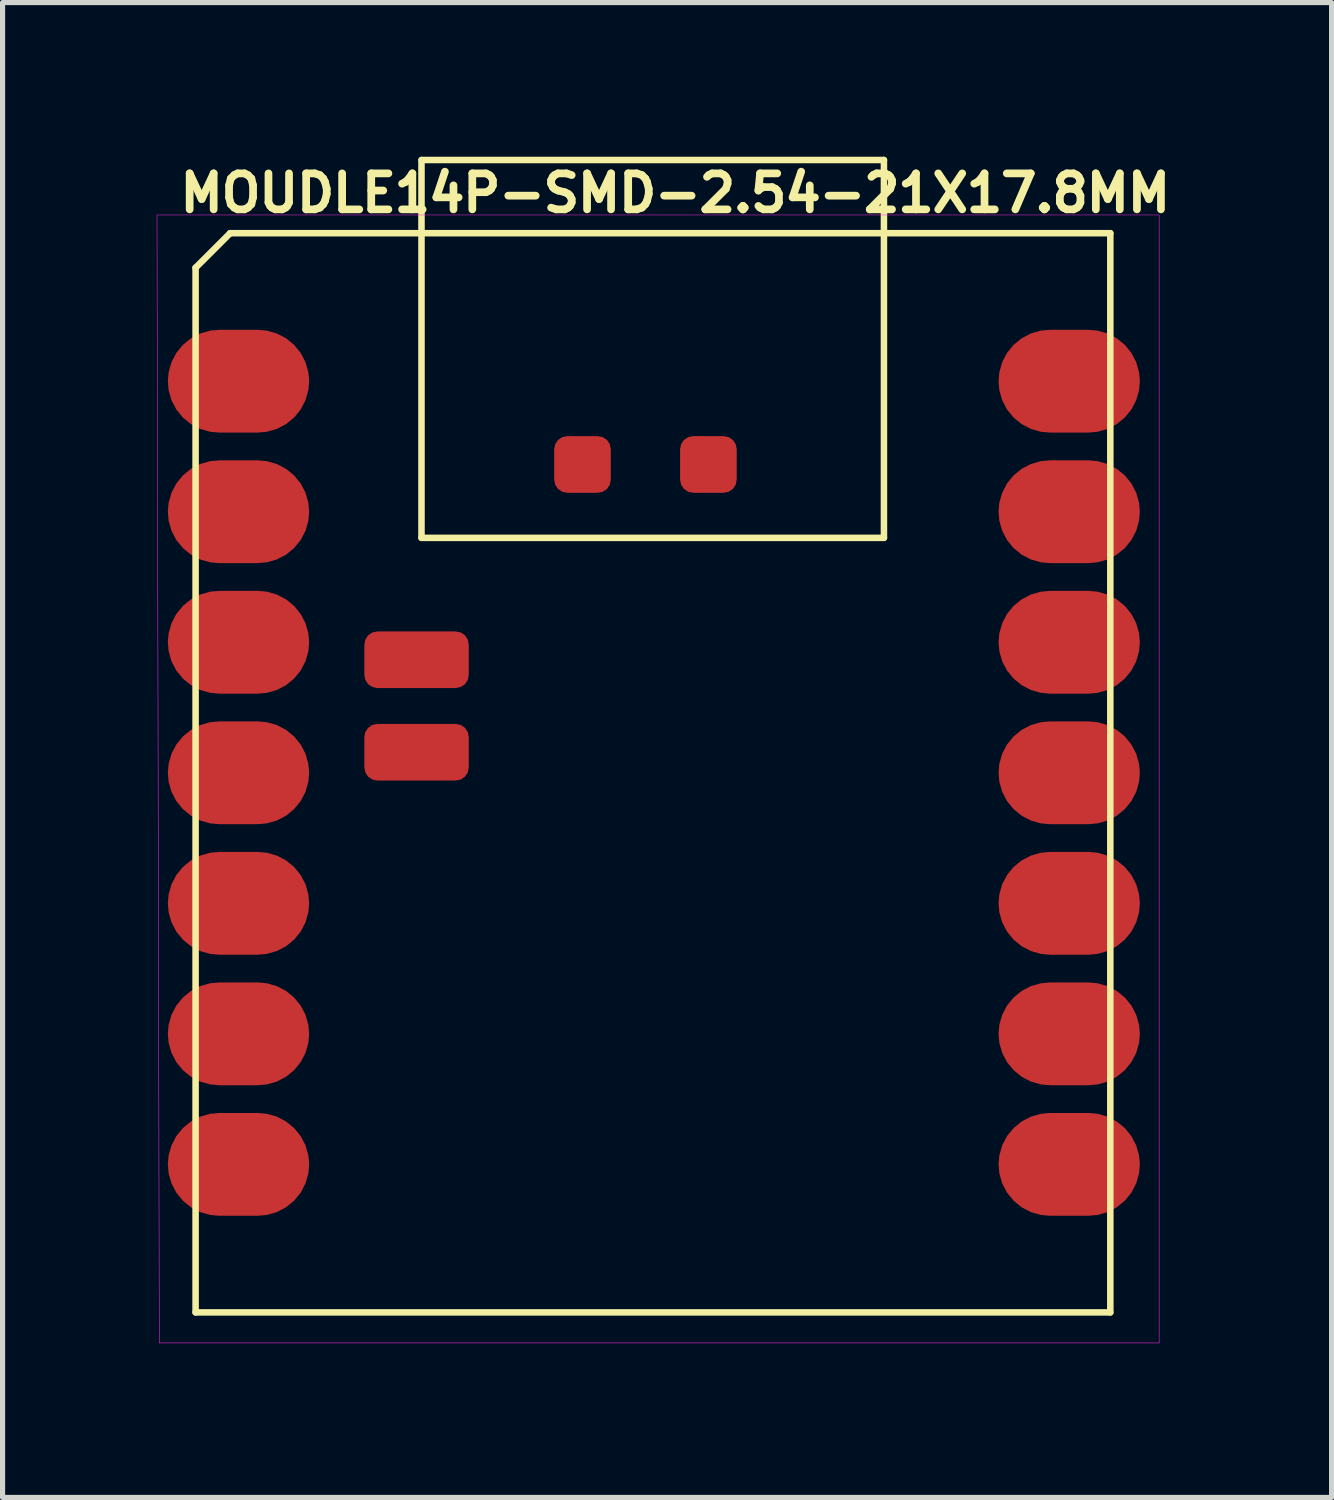
<source format=kicad_pcb>
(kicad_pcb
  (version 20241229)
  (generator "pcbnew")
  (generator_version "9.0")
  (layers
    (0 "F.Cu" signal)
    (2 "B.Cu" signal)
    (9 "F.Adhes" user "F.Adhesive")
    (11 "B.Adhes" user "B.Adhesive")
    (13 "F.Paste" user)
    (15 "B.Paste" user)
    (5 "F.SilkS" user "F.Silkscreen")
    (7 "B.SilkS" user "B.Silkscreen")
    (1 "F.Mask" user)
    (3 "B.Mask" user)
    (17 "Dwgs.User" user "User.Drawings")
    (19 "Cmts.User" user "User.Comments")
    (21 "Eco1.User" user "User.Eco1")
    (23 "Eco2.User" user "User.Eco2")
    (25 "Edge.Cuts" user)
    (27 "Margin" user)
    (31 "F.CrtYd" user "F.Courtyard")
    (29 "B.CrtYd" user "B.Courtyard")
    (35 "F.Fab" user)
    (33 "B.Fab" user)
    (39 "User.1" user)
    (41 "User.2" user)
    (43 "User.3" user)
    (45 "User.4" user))
  (footprint "MOUDLE14P-SMD-2.54-21X17.8MM"
    (layer "F.Cu")
    (at 0.756 22.488)
    (property "Reference" "MOUDLE14P-SMD-2.54-21X17.8MM" (at 9.335 -21.78 0) (layer "F.SilkS") (effects (font (size 0.7 0.7) (thickness 0.15))))
    (attr through_hole)
    (fp_line (start 0 -20.328) (end 0 0) (stroke (width 0.127) (type solid)) (layer "F.SilkS"))
    (fp_line (start 0 0) (end 17.8 0) (stroke (width 0.127) (type solid)) (layer "F.SilkS"))
    (fp_line (start 0.672 -21) (end 0 -20.328) (stroke (width 0.127) (type solid)) (layer "F.SilkS"))
    (fp_line (start 4.396 -15.072) (end 4.396 -22.425) (stroke (width 0.127) (type solid)) (layer "F.SilkS"))
    (fp_line (start 4.4 -22.424) (end 13.395 -22.424) (stroke (width 0.127) (type solid)) (layer "F.SilkS"))
    (fp_line (start 13.395 -22.424) (end 13.395 -15.072) (stroke (width 0.127) (type solid)) (layer "F.SilkS"))
    (fp_line (start 13.395 -15.072) (end 4.396 -15.072) (stroke (width 0.127) (type solid)) (layer "F.SilkS"))
    (fp_line (start 17.8 -21) (end 0.672 -21) (stroke (width 0.127) (type solid)) (layer "F.SilkS"))
    (fp_line (start 17.8 0) (end 17.8 -21) (stroke (width 0.127) (type solid)) (layer "F.SilkS"))
    (fp_poly (pts (xy -0.706 0.595) (xy -0.751 -21.355) (xy 18.75 -21.355) (xy 18.75 0.595)) (stroke (width 0.01) (type solid)) (fill no) (layer "F.CrtYd"))
    (pad "1" smd roundrect (at 0.835 -18.12) (size 2.75 2) (layers "F.Cu" "F.Mask" "F.Paste") (roundrect_rratio 0.5))
    (pad "2" smd roundrect (at 0.835 -15.58) (size 2.75 2) (layers "F.Cu" "F.Mask" "F.Paste") (roundrect_rratio 0.5))
    (pad "3" smd roundrect (at 0.835 -13.04) (size 2.75 2) (layers "F.Cu" "F.Mask" "F.Paste") (roundrect_rratio 0.5))
    (pad "4" smd roundrect (at 0.835 -10.5) (size 2.75 2) (layers "F.Cu" "F.Mask" "F.Paste") (roundrect_rratio 0.5))
    (pad "5" smd roundrect (at 0.835 -7.96) (size 2.75 2) (layers "F.Cu" "F.Mask" "F.Paste") (roundrect_rratio 0.5))
    (pad "6" smd roundrect (at 0.835 -5.42) (size 2.75 2) (layers "F.Cu" "F.Mask" "F.Paste") (roundrect_rratio 0.5))
    (pad "7" smd roundrect (at 0.835 -2.88) (size 2.75 2) (layers "F.Cu" "F.Mask" "F.Paste") (roundrect_rratio 0.5))
    (pad "8" smd roundrect (at 17 -2.88) (size 2.75 2) (layers "F.Cu" "F.Mask" "F.Paste") (roundrect_rratio 0.5))
    (pad "9" smd roundrect (at 17 -5.42) (size 2.75 2) (layers "F.Cu" "F.Mask" "F.Paste") (roundrect_rratio 0.5))
    (pad "10" smd roundrect (at 17 -7.96) (size 2.75 2) (layers "F.Cu" "F.Mask" "F.Paste") (roundrect_rratio 0.5))
    (pad "11" smd roundrect (at 17 -10.5) (size 2.75 2) (layers "F.Cu" "F.Mask" "F.Paste") (roundrect_rratio 0.5))
    (pad "12" smd roundrect (at 17 -13.04) (size 2.75 2) (layers "F.Cu" "F.Mask" "F.Paste") (roundrect_rratio 0.5))
    (pad "13" smd roundrect (at 17 -15.58) (size 2.75 2) (layers "F.Cu" "F.Mask" "F.Paste") (roundrect_rratio 0.5))
    (pad "14" smd roundrect (at 17 -18.12) (size 2.75 2) (layers "F.Cu" "F.Mask" "F.Paste") (roundrect_rratio 0.5))
    (pad "15" smd roundrect (at 4.3 -10.9) (size 2.032 1.102) (layers "F.Cu" "F.Mask" "F.Paste") (roundrect_rratio 0.231))
    (pad "16" smd roundrect (at 4.3 -12.7) (size 2.032 1.102) (layers "F.Cu" "F.Mask" "F.Paste") (roundrect_rratio 0.231))
    (pad "17" smd roundrect (at 9.979 -16.5) (size 1.102 1.102) (layers "F.Cu" "F.Mask" "F.Paste") (roundrect_rratio 0.231))
    (pad "18" smd roundrect (at 7.529 -16.5) (size 1.102 1.102) (layers "F.Cu" "F.Mask" "F.Paste") (roundrect_rratio 0.231))
    (zone (net_name "") (layer "F.Cu") (hatch full 0.508) (connect_pads) (min_thickness 0.01) (filled_areas_thickness no) (keepout (tracks not_allowed) (vias not_allowed) (pads not_allowed) (copperpour not_allowed) (footprints allowed)) (placement (enabled no)) (fill) (polygon (pts (xy 4.439 1.407) (xy 6.217 1.407) (xy 6.217 4.074) (xy 4.439 4.074))))
    (zone (net_name "") (layer "F.Cu") (hatch full 0.508) (connect_pads) (min_thickness 0.01) (filled_areas_thickness no) (keepout (tracks not_allowed) (vias not_allowed) (pads not_allowed) (copperpour not_allowed) (footprints allowed)) (placement (enabled no)) (fill) (polygon (pts (xy 4.439 5.471) (xy 6.217 5.471) (xy 6.217 8.137) (xy 4.439 8.137))))
    (zone (net_name "") (layer "F.Cu") (hatch full 0.508) (connect_pads) (min_thickness 0.01) (filled_areas_thickness no) (keepout (tracks not_allowed) (vias not_allowed) (pads not_allowed) (copperpour not_allowed) (footprints allowed)) (placement (enabled no)) (fill) (polygon (pts (xy 7.106 2.168) (xy 12.313 2.168) (xy 12.313 4.75) (xy 7.106 4.75))))
    (zone (net_name "") (layer "F.Cu") (hatch full 0.508) (connect_pads) (min_thickness 0.01) (filled_areas_thickness no) (keepout (tracks not_allowed) (vias not_allowed) (pads not_allowed) (copperpour not_allowed) (footprints allowed)) (placement (enabled no)) (fill) (polygon (pts (xy 7.106 7.287) (xy 12.313 7.287) (xy 12.313 9.454) (xy 7.106 9.454))))
    (zone (net_name "") (layer "F.Cu") (hatch full 0.508) (connect_pads) (min_thickness 0.01) (filled_areas_thickness no) (keepout (tracks not_allowed) (vias not_allowed) (pads not_allowed) (copperpour not_allowed) (footprints allowed)) (placement (enabled no)) (fill) (polygon (pts (xy 7.106 19.314) (xy 12.821 19.314) (xy 12.821 21.854) (xy 7.106 21.854))))
    (zone (net_name "") (layer "F.Cu") (hatch full 0.508) (connect_pads) (min_thickness 0.01) (filled_areas_thickness no) (keepout (tracks not_allowed) (vias not_allowed) (pads not_allowed) (copperpour not_allowed) (footprints allowed)) (placement (enabled no)) (fill) (polygon (pts (xy 10.535 11.185) (xy 13.583 11.185) (xy 13.583 14.233) (xy 10.535 14.233))))
    (zone (net_name "") (layer "F.Cu") (hatch full 0.508) (connect_pads) (min_thickness 0.01) (filled_areas_thickness no) (keepout (tracks not_allowed) (vias not_allowed) (pads not_allowed) (copperpour not_allowed) (footprints allowed)) (placement (enabled no)) (fill) (polygon (pts (xy 13.075 1.407) (xy 14.853 1.407) (xy 14.853 4.074) (xy 13.075 4.074))))
    (zone (net_name "") (layer "F.Cu") (hatch full 0.508) (connect_pads) (min_thickness 0.01) (filled_areas_thickness no) (keepout (tracks not_allowed) (vias not_allowed) (pads not_allowed) (copperpour not_allowed) (footprints allowed)) (placement (enabled no)) (fill) (polygon (pts (xy 13.075 5.471) (xy 14.853 5.471) (xy 14.853 8.137) (xy 13.075 8.137)))))
  (gr_rect
    (start -3 -3)
    (end 22.862 26.089)
    (stroke (width 0.1) (type default))
    (fill no)
    (layer "Edge.Cuts")))
</source>
